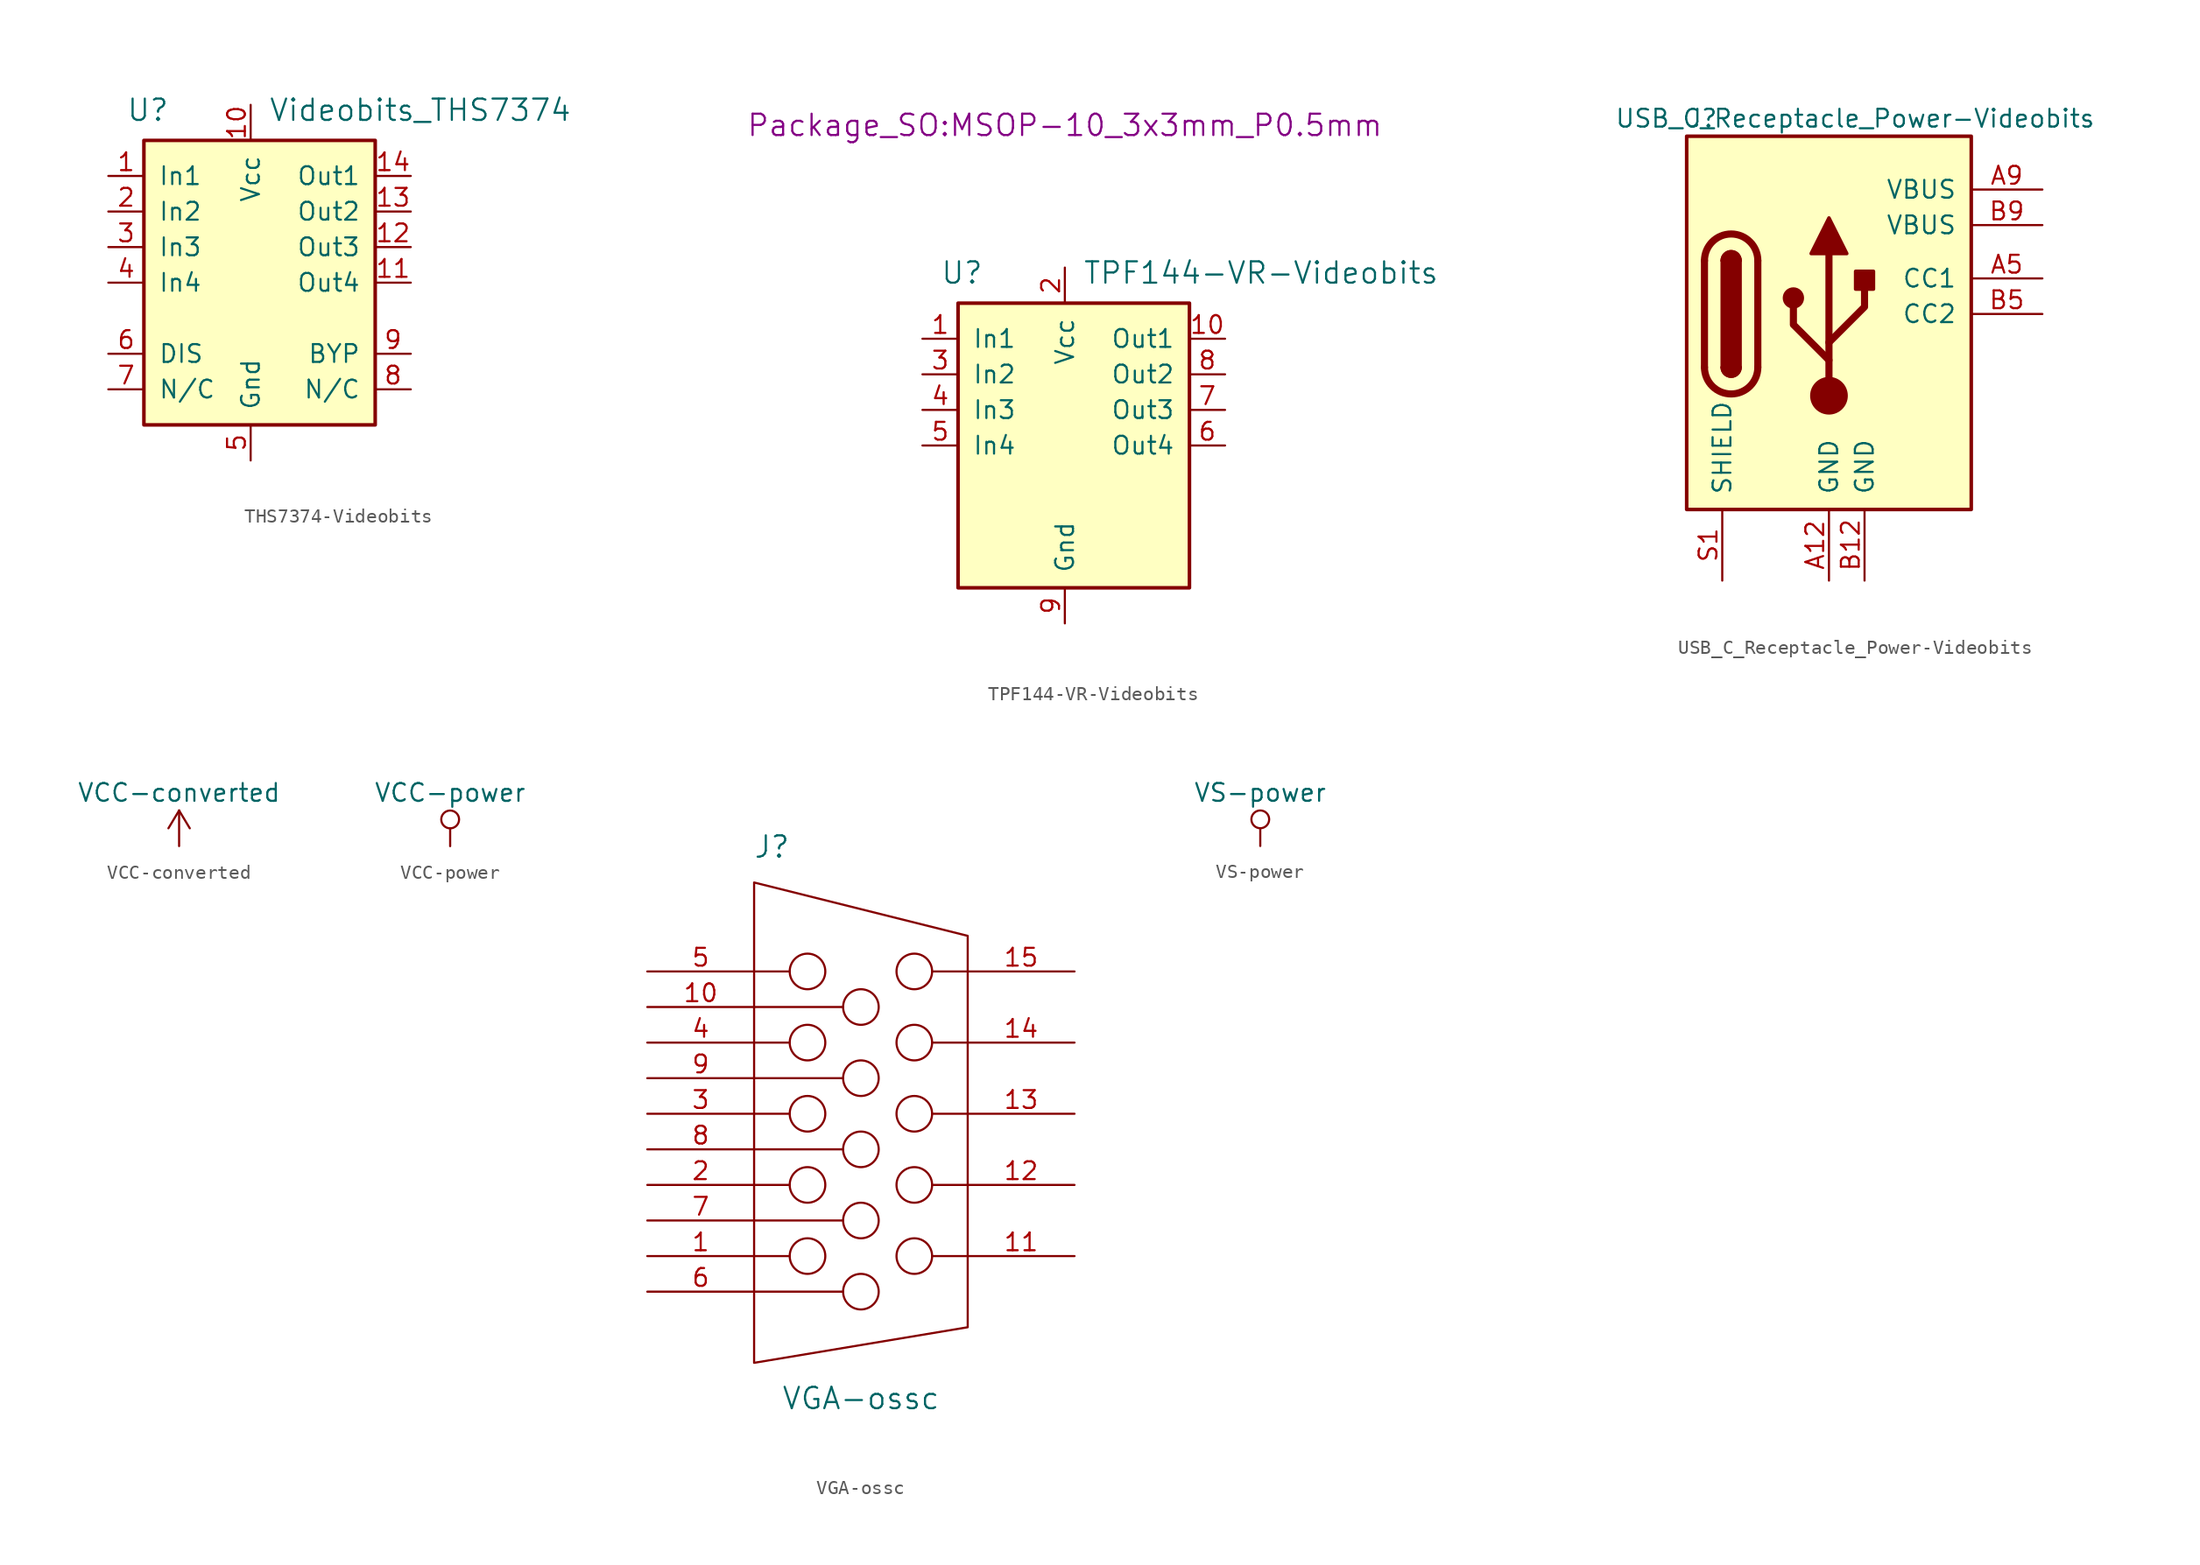
<source format=kicad_sym>
(kicad_symbol_lib
  (version 20220914)
  (generator kicad_symbol_editor)
  (symbol "THS7374-Videobits"
    (pin_names
      (offset 1.016))
    (property "Reference" "U"
      (at -3.81 6.35 0)
      (effects (font (size 1.524 1.524)) (justify left bottom)))
    (property "Value" "Videobits_THS7374"
      (at 6.35 6.35 0)
      (effects (font (size 1.524 1.524)) (justify left bottom)))
    (property "Footprint" ""
      (at 0 0 0)
      (effects (font (size 1.524 1.524))))
    (property "Datasheet" ""
      (at 0 0 0)
      (effects (font (size 1.524 1.524))))
    (symbol "THS7374-Videobits_0_1"
      (rectangle (start -2.54 -15.24) (end 13.97 5.08) (stroke (width 0.254) (type solid)) (fill (type background)))
      (pin input line (at -5.08 2.54 0) (length 2.54) (name "In1" (effects (font (size 1.27 1.27)))) (number "1" (effects (font (size 1.27 1.27)))))
      (pin power_in line (at 5.08 7.62 270) (length 2.54) (name "Vcc" (effects (font (size 1.27 1.27)))) (number "10" (effects (font (size 1.27 1.27)))))
      (pin output line (at 16.51 -5.08 180) (length 2.54) (name "Out4" (effects (font (size 1.27 1.27)))) (number "11" (effects (font (size 1.27 1.27)))))
      (pin output line (at 16.51 -2.54 180) (length 2.54) (name "Out3" (effects (font (size 1.27 1.27)))) (number "12" (effects (font (size 1.27 1.27)))))
      (pin output line (at 16.51 0 180) (length 2.54) (name "Out2" (effects (font (size 1.27 1.27)))) (number "13" (effects (font (size 1.27 1.27)))))
      (pin output line (at 16.51 2.54 180) (length 2.54) (name "Out1" (effects (font (size 1.27 1.27)))) (number "14" (effects (font (size 1.27 1.27)))))
      (pin input line (at -5.08 0 0) (length 2.54) (name "In2" (effects (font (size 1.27 1.27)))) (number "2" (effects (font (size 1.27 1.27)))))
      (pin input line (at -5.08 -2.54 0) (length 2.54) (name "In3" (effects (font (size 1.27 1.27)))) (number "3" (effects (font (size 1.27 1.27)))))
      (pin input line (at -5.08 -5.08 0) (length 2.54) (name "In4" (effects (font (size 1.27 1.27)))) (number "4" (effects (font (size 1.27 1.27)))))
      (pin power_in line (at 5.08 -17.78 90) (length 2.54) (name "Gnd" (effects (font (size 1.27 1.27)))) (number "5" (effects (font (size 1.27 1.27)))))
      (pin input line (at -5.08 -10.16 0) (length 2.54) (name "DIS" (effects (font (size 1.27 1.27)))) (number "6" (effects (font (size 1.27 1.27)))))
      (pin passive line (at -5.08 -12.7 0) (length 2.54) (name "N/C" (effects (font (size 1.27 1.27)))) (number "7" (effects (font (size 1.27 1.27)))))
      (pin passive line (at 16.51 -12.7 180) (length 2.54) (name "N/C" (effects (font (size 1.27 1.27)))) (number "8" (effects (font (size 1.27 1.27)))))
      (pin input line (at 16.51 -10.16 180) (length 2.54) (name "BYP" (effects (font (size 1.27 1.27)))) (number "9" (effects (font (size 1.27 1.27)))))))
  (symbol "TPF144-VR-Videobits"
    (pin_names
      (offset 1.016))
    (property "Reference" "U"
      (at -8.89 12.7 0)
      (effects (font (size 1.524 1.524)) (justify left bottom)))
    (property "Value" "TPF144-VR-Videobits"
      (at 1.27 12.7 0)
      (effects (font (size 1.524 1.524)) (justify left bottom)))
    (property "Footprint" "Package_SO:MSOP-10_3x3mm_P0.5mm"
      (at 0 24.13 0)
      (effects (font (size 1.524 1.524))))
    (property "Datasheet" ""
      (at -5.08 6.35 0)
      (effects (font (size 1.524 1.524))))
    (symbol "TPF144-VR-Videobits_0_1"
      (rectangle (start -7.62 -8.89) (end 8.89 11.43) (stroke (width 0.254) (type solid)) (fill (type background)))
      (pin input line (at -10.16 8.89 0) (length 2.54) (name "In1" (effects (font (size 1.27 1.27)))) (number "1" (effects (font (size 1.27 1.27)))))
      (pin output line (at 11.43 8.89 180) (length 2.54) (name "Out1" (effects (font (size 1.27 1.27)))) (number "10" (effects (font (size 1.27 1.27)))))
      (pin power_in line (at 0 13.97 270) (length 2.54) (name "Vcc" (effects (font (size 1.27 1.27)))) (number "2" (effects (font (size 1.27 1.27)))))
      (pin input line (at -10.16 6.35 0) (length 2.54) (name "In2" (effects (font (size 1.27 1.27)))) (number "3" (effects (font (size 1.27 1.27)))))
      (pin input line (at -10.16 3.81 0) (length 2.54) (name "In3" (effects (font (size 1.27 1.27)))) (number "4" (effects (font (size 1.27 1.27)))))
      (pin input line (at -10.16 1.27 0) (length 2.54) (name "In4" (effects (font (size 1.27 1.27)))) (number "5" (effects (font (size 1.27 1.27)))))
      (pin output line (at 11.43 1.27 180) (length 2.54) (name "Out4" (effects (font (size 1.27 1.27)))) (number "6" (effects (font (size 1.27 1.27)))))
      (pin output line (at 11.43 3.81 180) (length 2.54) (name "Out3" (effects (font (size 1.27 1.27)))) (number "7" (effects (font (size 1.27 1.27)))))
      (pin output line (at 11.43 6.35 180) (length 2.54) (name "Out2" (effects (font (size 1.27 1.27)))) (number "8" (effects (font (size 1.27 1.27)))))
      (pin power_in line (at 0 -11.43 90) (length 2.54) (name "Gnd" (effects (font (size 1.27 1.27)))) (number "9" (effects (font (size 1.27 1.27)))))))
  (symbol "USB_C_Receptacle_Power-Videobits"
    (pin_names
      (offset 1.016))
    (property "Reference" "J"
      (at -10.16 10.16 0)
      (effects (font (size 1.27 1.27)) (justify left)))
    (property "Value" "USB_C_Receptacle_Power-Videobits"
      (at 19.05 10.16 0)
      (effects (font (size 1.27 1.27)) (justify right)))
    (symbol "USB_C_Receptacle_Power-Videobits_0_1"
      (rectangle (start -10.16 8.89) (end 10.16 -17.78) (stroke (width 0.254) (type solid)) (fill (type background)))
      (arc (start -8.89 -7.62) (mid -6.985 -9.5167) (end -5.08 -7.62) (stroke (width 0.508) (type solid)) (fill (type none)))
      (arc (start -7.62 -7.62) (mid -6.985 -8.2523) (end -6.35 -7.62) (stroke (width 0.254) (type solid)) (fill (type none)))
      (arc (start -7.62 -7.62) (mid -6.985 -8.2523) (end -6.35 -7.62) (stroke (width 0.254) (type solid)) (fill (type outline)))
      (rectangle (start -7.62 -7.62) (end -6.35 0) (stroke (width 0.254) (type solid)) (fill (type outline)))
      (arc (start -6.35 0) (mid -6.985 0.6323) (end -7.62 0) (stroke (width 0.254) (type solid)) (fill (type none)))
      (arc (start -6.35 0) (mid -6.985 0.6323) (end -7.62 0) (stroke (width 0.254) (type solid)) (fill (type outline)))
      (arc (start -5.08 0) (mid -6.985 1.8967) (end -8.89 0) (stroke (width 0.508) (type solid)) (fill (type none)))
      (circle (center -2.54 -2.667) (radius 0.635) (stroke (width 0.254) (type solid)) (fill (type outline)))
      (circle (center 0 -9.652) (radius 1.27) (stroke (width 0) (type solid)) (fill (type outline)))
      (polyline (pts (xy -8.89 -7.62) (xy -8.89 0)) (stroke (width 0.508) (type solid)) (fill (type none)))
      (polyline (pts (xy -5.08 0) (xy -5.08 -7.62)) (stroke (width 0.508) (type solid)) (fill (type none)))
      (polyline (pts (xy 0 -9.652) (xy 0 0.508)) (stroke (width 0.508) (type solid)) (fill (type none)))
      (polyline (pts (xy 0 -7.112) (xy -2.54 -4.572) (xy -2.54 -3.302)) (stroke (width 0.508) (type solid)) (fill (type none)))
      (polyline (pts (xy 0 -5.842) (xy 2.54 -3.302) (xy 2.54 -2.032)) (stroke (width 0.508) (type solid)) (fill (type none)))
      (polyline (pts (xy -1.27 0.508) (xy 0 3.048) (xy 1.27 0.508) (xy -1.27 0.508)) (stroke (width 0.254) (type solid)) (fill (type outline)))
      (rectangle (start 1.905 -2.032) (end 3.175 -0.762) (stroke (width 0.254) (type solid)) (fill (type outline))))
    (symbol "USB_C_Receptacle_Power-Videobits_1_1"
      (pin power_out line (at 0 -22.86 90) (length 5.08) (name "GND" (effects (font (size 1.27 1.27)))) (number "A12" (effects (font (size 1.27 1.27)))))
      (pin bidirectional line (at 15.24 -1.27 180) (length 5.08) (name "CC1" (effects (font (size 1.27 1.27)))) (number "A5" (effects (font (size 1.27 1.27)))))
      (pin power_out line (at 15.24 5.08 180) (length 5.08) (name "VBUS" (effects (font (size 1.27 1.27)))) (number "A9" (effects (font (size 1.27 1.27)))))
      (pin power_out line (at 2.54 -22.86 90) (length 5.08) (name "GND" (effects (font (size 1.27 1.27)))) (number "B12" (effects (font (size 1.27 1.27)))))
      (pin bidirectional line (at 15.24 -3.81 180) (length 5.08) (name "CC2" (effects (font (size 1.27 1.27)))) (number "B5" (effects (font (size 1.27 1.27)))))
      (pin power_out line (at 15.24 2.54 180) (length 5.08) (name "VBUS" (effects (font (size 1.27 1.27)))) (number "B9" (effects (font (size 1.27 1.27)))))
      (pin passive line (at -7.62 -22.86 90) (length 5.08) (name "SHIELD" (effects (font (size 1.27 1.27)))) (number "S1" (effects (font (size 1.27 1.27)))))))
  (symbol "VCC-converted"
    (power)
    (pin_names
      (offset 0))
    (property "Reference" "#PWR"
      (at 0 -3.81 0)
      (effects (font (size 1.27 1.27)) hide))
    (property "Value" "VCC-converted"
      (at 0 3.81 0)
      (effects (font (size 1.27 1.27))))
    (property "Footprint" ""
      (at 0 0 0)
      (effects (font (size 1.524 1.524))))
    (property "Datasheet" ""
      (at 0 0 0)
      (effects (font (size 1.524 1.524))))
    (symbol "VCC-converted_0_1"
      (polyline (pts (xy -0.762 1.27) (xy 0 2.54)) (stroke (width 0) (type solid)) (fill (type none)))
      (polyline (pts (xy 0 0) (xy 0 2.54)) (stroke (width 0) (type solid)) (fill (type none)))
      (polyline (pts (xy 0 2.54) (xy 0.762 1.27)) (stroke (width 0) (type solid)) (fill (type none))))
    (symbol "VCC-converted_1_1"
      (pin power_in line (at 0 0 90) (length 0) hide (name "VCC" (effects (font (size 1.27 1.27)))) (number "1" (effects (font (size 1.27 1.27)))))))
  (symbol "VCC-power"
    (power)
    (pin_names
      (offset 0))
    (property "Reference" "#PWR"
      (at 0 -3.81 0)
      (effects (font (size 1.27 1.27)) hide))
    (property "Value" "VCC-power"
      (at 0 3.81 0)
      (effects (font (size 1.27 1.27))))
    (symbol "VCC-power_0_1"
      (polyline (pts (xy 0 0) (xy 0 1.27)) (stroke (width 0) (type solid)) (fill (type none)))
      (circle (center 0 1.905) (radius 0.635) (stroke (width 0) (type solid)) (fill (type none))))
    (symbol "VCC-power_1_1"
      (pin power_in line (at 0 0 90) (length 0) hide (name "VCC" (effects (font (size 1.27 1.27)))) (number "1" (effects (font (size 1.27 1.27)))))))
  (symbol "VGA-ossc"
    (pin_names
      (offset 0) hide)
    (property "Reference" "J"
      (at -6.35 20.32 0)
      (effects (font (size 1.524 1.524))))
    (property "Value" "VGA-ossc"
      (at 0 -19.05 0)
      (effects (font (size 1.524 1.524))))
    (property "Footprint" ""
      (at 0 0 0)
      (effects (font (size 1.524 1.524))))
    (property "Datasheet" ""
      (at 0 0 0)
      (effects (font (size 1.524 1.524))))
    (symbol "VGA-ossc_0_1"
      (circle (center -3.81 -8.89) (radius 1.27) (stroke (width 0) (type solid)) (fill (type none)))
      (circle (center -3.81 -3.81) (radius 1.27) (stroke (width 0) (type solid)) (fill (type none)))
      (circle (center -3.81 1.27) (radius 1.27) (stroke (width 0) (type solid)) (fill (type none)))
      (circle (center -3.81 6.35) (radius 1.27) (stroke (width 0) (type solid)) (fill (type none)))
      (circle (center -3.81 11.43) (radius 1.27) (stroke (width 0) (type solid)) (fill (type none)))
      (circle (center 0 -11.43) (radius 1.27) (stroke (width 0) (type solid)) (fill (type none)))
      (circle (center 0 -6.35) (radius 1.27) (stroke (width 0) (type solid)) (fill (type none)))
      (circle (center 0 -1.27) (radius 1.27) (stroke (width 0) (type solid)) (fill (type none)))
      (polyline (pts (xy -7.62 -11.43) (xy -1.27 -11.43)) (stroke (width 0) (type solid)) (fill (type none)))
      (polyline (pts (xy -7.62 -8.89) (xy -5.08 -8.89)) (stroke (width 0) (type solid)) (fill (type none)))
      (polyline (pts (xy -7.62 -6.35) (xy -1.27 -6.35)) (stroke (width 0) (type solid)) (fill (type none)))
      (polyline (pts (xy -7.62 -3.81) (xy -5.08 -3.81)) (stroke (width 0) (type solid)) (fill (type none)))
      (polyline (pts (xy -7.62 -1.27) (xy -1.27 -1.27)) (stroke (width 0) (type solid)) (fill (type none)))
      (polyline (pts (xy -7.62 1.27) (xy -5.08 1.27)) (stroke (width 0) (type solid)) (fill (type none)))
      (polyline (pts (xy -7.62 3.81) (xy -1.27 3.81)) (stroke (width 0) (type solid)) (fill (type none)))
      (polyline (pts (xy -7.62 6.35) (xy -5.08 6.35)) (stroke (width 0) (type solid)) (fill (type none)))
      (polyline (pts (xy -7.62 8.89) (xy -1.27 8.89)) (stroke (width 0) (type solid)) (fill (type none)))
      (polyline (pts (xy 5.08 -8.89) (xy 7.62 -8.89)) (stroke (width 0) (type solid)) (fill (type none)))
      (polyline (pts (xy 5.08 -3.81) (xy 7.62 -3.81)) (stroke (width 0) (type solid)) (fill (type none)))
      (polyline (pts (xy 5.08 1.27) (xy 7.62 1.27)) (stroke (width 0) (type solid)) (fill (type none)))
      (polyline (pts (xy 5.08 6.35) (xy 7.62 6.35)) (stroke (width 0) (type solid)) (fill (type none)))
      (polyline (pts (xy 5.08 11.43) (xy 7.62 11.43)) (stroke (width 0) (type solid)) (fill (type none)))
      (polyline (pts (xy -7.62 11.43) (xy -5.08 11.43) (xy -5.08 11.43)) (stroke (width 0) (type solid)) (fill (type none)))
      (polyline (pts (xy -7.62 -16.51) (xy -7.62 17.78) (xy 7.62 13.97) (xy 7.62 -13.97) (xy -7.62 -16.51)) (stroke (width 0) (type solid)) (fill (type none)))
      (circle (center 0 3.81) (radius 1.27) (stroke (width 0) (type solid)) (fill (type none)))
      (circle (center 0 8.89) (radius 1.27) (stroke (width 0) (type solid)) (fill (type none)))
      (circle (center 3.81 -8.89) (radius 1.27) (stroke (width 0) (type solid)) (fill (type none)))
      (circle (center 3.81 -3.81) (radius 1.27) (stroke (width 0) (type solid)) (fill (type none)))
      (circle (center 3.81 1.27) (radius 1.27) (stroke (width 0) (type solid)) (fill (type none)))
      (circle (center 3.81 6.35) (radius 1.27) (stroke (width 0) (type solid)) (fill (type none)))
      (circle (center 3.81 11.43) (radius 1.27) (stroke (width 0) (type solid)) (fill (type none))))
    (symbol "VGA-ossc_1_1"
      (pin output line (at -15.24 -8.89 0) (length 7.62) (name "RED" (effects (font (size 1.27 1.27)))) (number "1" (effects (font (size 1.27 1.27)))))
      (pin input line (at -15.24 8.89 0) (length 7.62) (name "GND_VSYNC" (effects (font (size 1.27 1.27)))) (number "10" (effects (font (size 1.27 1.27)))))
      (pin input line (at 15.24 -8.89 180) (length 7.62) (name "ID0/RES" (effects (font (size 1.27 1.27)))) (number "11" (effects (font (size 1.27 1.27)))))
      (pin input line (at 15.24 -3.81 180) (length 7.62) (name "ID1/SDA" (effects (font (size 1.27 1.27)))) (number "12" (effects (font (size 1.27 1.27)))))
      (pin output line (at 15.24 1.27 180) (length 7.62) (name "HSYNC" (effects (font (size 1.27 1.27)))) (number "13" (effects (font (size 1.27 1.27)))))
      (pin output line (at 15.24 6.35 180) (length 7.62) (name "VSYNC" (effects (font (size 1.27 1.27)))) (number "14" (effects (font (size 1.27 1.27)))))
      (pin input line (at 15.24 11.43 180) (length 7.62) (name "ID3/SCL" (effects (font (size 1.27 1.27)))) (number "15" (effects (font (size 1.27 1.27)))))
      (pin output line (at -15.24 -3.81 0) (length 7.62) (name "GREEN" (effects (font (size 1.27 1.27)))) (number "2" (effects (font (size 1.27 1.27)))))
      (pin output line (at -15.24 1.27 0) (length 7.62) (name "BLUE" (effects (font (size 1.27 1.27)))) (number "3" (effects (font (size 1.27 1.27)))))
      (pin input line (at -15.24 6.35 0) (length 7.62) (name "ID2/RES" (effects (font (size 1.27 1.27)))) (number "4" (effects (font (size 1.27 1.27)))))
      (pin input line (at -15.24 11.43 0) (length 7.62) (name "GND_HSYNC" (effects (font (size 1.27 1.27)))) (number "5" (effects (font (size 1.27 1.27)))))
      (pin input line (at -15.24 -11.43 0) (length 7.62) (name "RED_RTN" (effects (font (size 1.27 1.27)))) (number "6" (effects (font (size 1.27 1.27)))))
      (pin input line (at -15.24 -6.35 0) (length 7.62) (name "GREEN_RTN" (effects (font (size 1.27 1.27)))) (number "7" (effects (font (size 1.27 1.27)))))
      (pin input line (at -15.24 -1.27 0) (length 7.62) (name "BLUE_RTN" (effects (font (size 1.27 1.27)))) (number "8" (effects (font (size 1.27 1.27)))))
      (pin input line (at -15.24 3.81 0) (length 7.62) (name "KEY/PWR" (effects (font (size 1.27 1.27)))) (number "9" (effects (font (size 1.27 1.27)))))))
  (symbol "VS-power"
    (power)
    (pin_names
      (offset 0))
    (property "Reference" "#PWR"
      (at -5.08 -3.81 0)
      (effects (font (size 1.27 1.27)) hide))
    (property "Value" "VS-power"
      (at 0 3.81 0)
      (effects (font (size 1.27 1.27))))
    (symbol "VS-power_0_1"
      (polyline (pts (xy 0 0) (xy 0 1.27)) (stroke (width 0) (type solid)) (fill (type none)))
      (circle (center 0 1.905) (radius 0.635) (stroke (width 0) (type solid)) (fill (type none))))
    (symbol "VS-power_1_1"
      (pin power_in line (at 0 0 90) (length 0) hide (name "VS" (effects (font (size 1.27 1.27)))) (number "1" (effects (font (size 1.27 1.27))))))))
</source>
